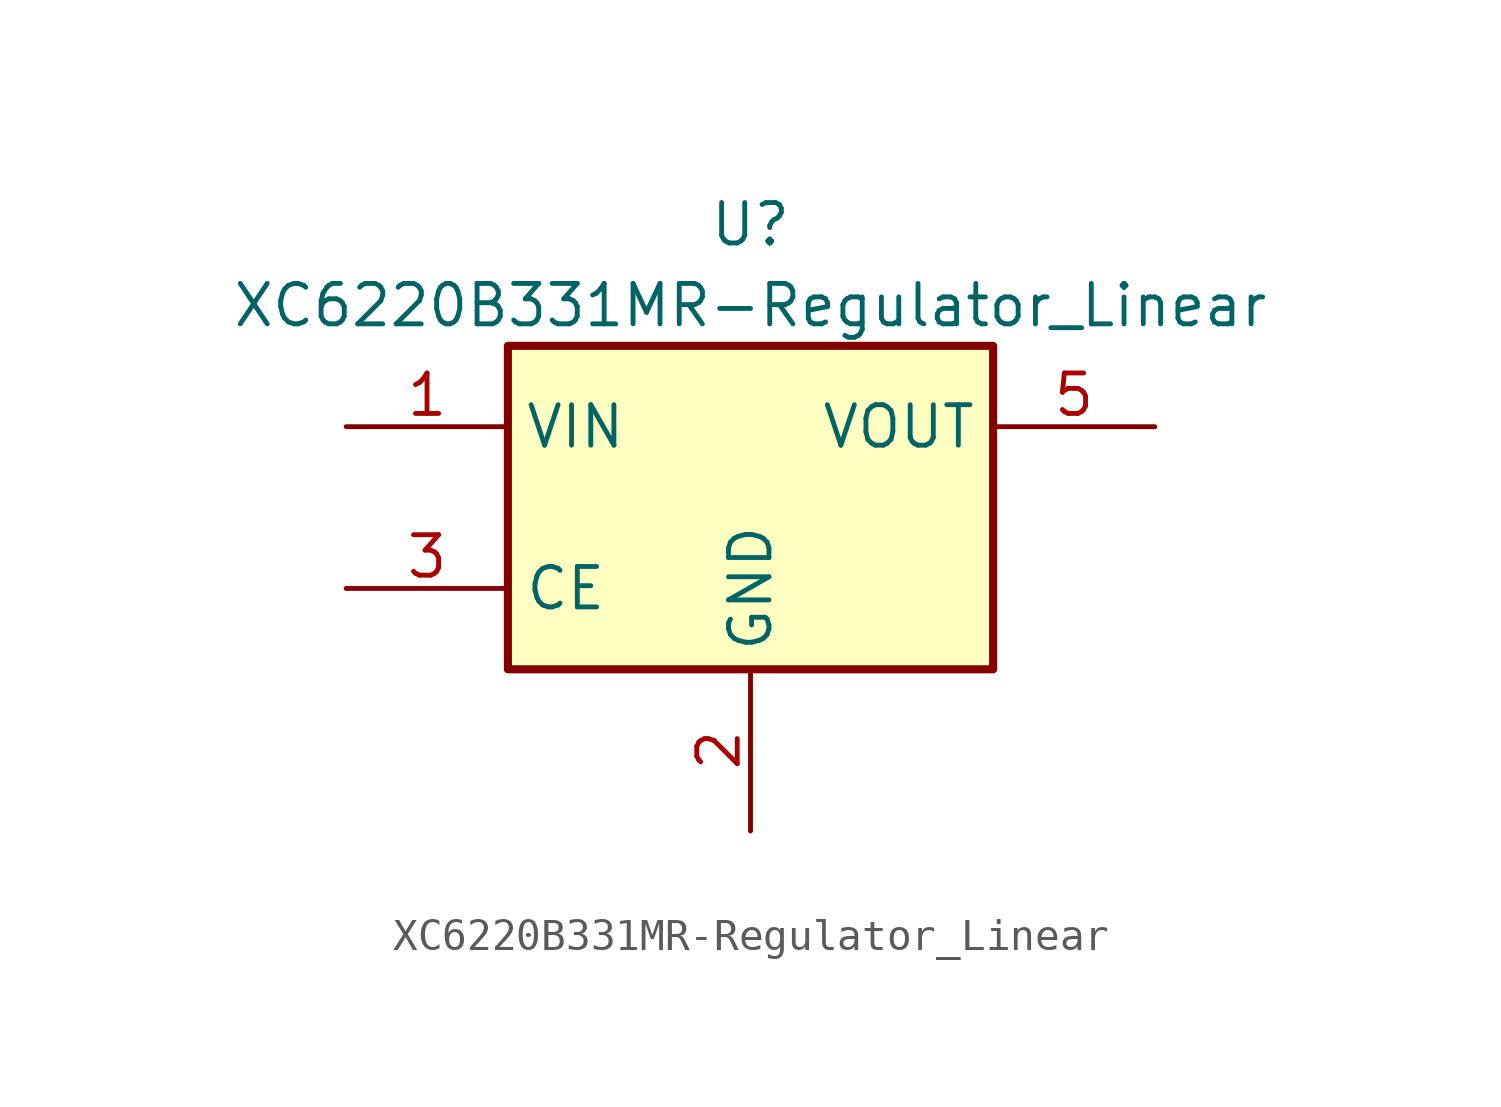
<source format=kicad_sym>
(kicad_symbol_lib
  (version 20231120)
  (generator "kicad_symbol_editor")
  (generator_version "8.0")
  (symbol "XC6220B331MR-Regulator_Linear"
    (property "Reference" "U"
      (at 0 8.89 0)
      (effects (font (size 1.27 1.27))))
    (property "Value" "XC6220B331MR-Regulator_Linear"
      (at 0 6.35 0)
      (effects (font (size 1.27 1.27))))
    (symbol "XC6220B331MR-Regulator_Linear_0_1"
      (rectangle (start -7.62 5.08) (end 7.62 -5.08) (stroke (width 0.254) (type solid)) (fill (type background))))
    (symbol "XC6220B331MR-Regulator_Linear_1_1"
      (pin power_in line (at -12.7 2.54 0) (length 5.08) (name "VIN" (effects (font (size 1.27 1.27)))) (number "1" (effects (font (size 1.27 1.27)))))
      (pin power_in line (at 0 -10.16 90) (length 5.08) (name "GND" (effects (font (size 1.27 1.27)))) (number "2" (effects (font (size 1.27 1.27)))))
      (pin input line (at -12.7 -2.54 0) (length 5.08) (name "CE" (effects (font (size 1.27 1.27)))) (number "3" (effects (font (size 1.27 1.27)))))
      (pin no_connect line (at 12.7 -2.54 180) (length 5.08) hide (name "NC" (effects (font (size 1.27 1.27)))) (number "4" (effects (font (size 1.27 1.27)))))
      (pin power_out line (at 12.7 2.54 180) (length 5.08) (name "VOUT" (effects (font (size 1.27 1.27)))) (number "5" (effects (font (size 1.27 1.27))))))))
</source>
